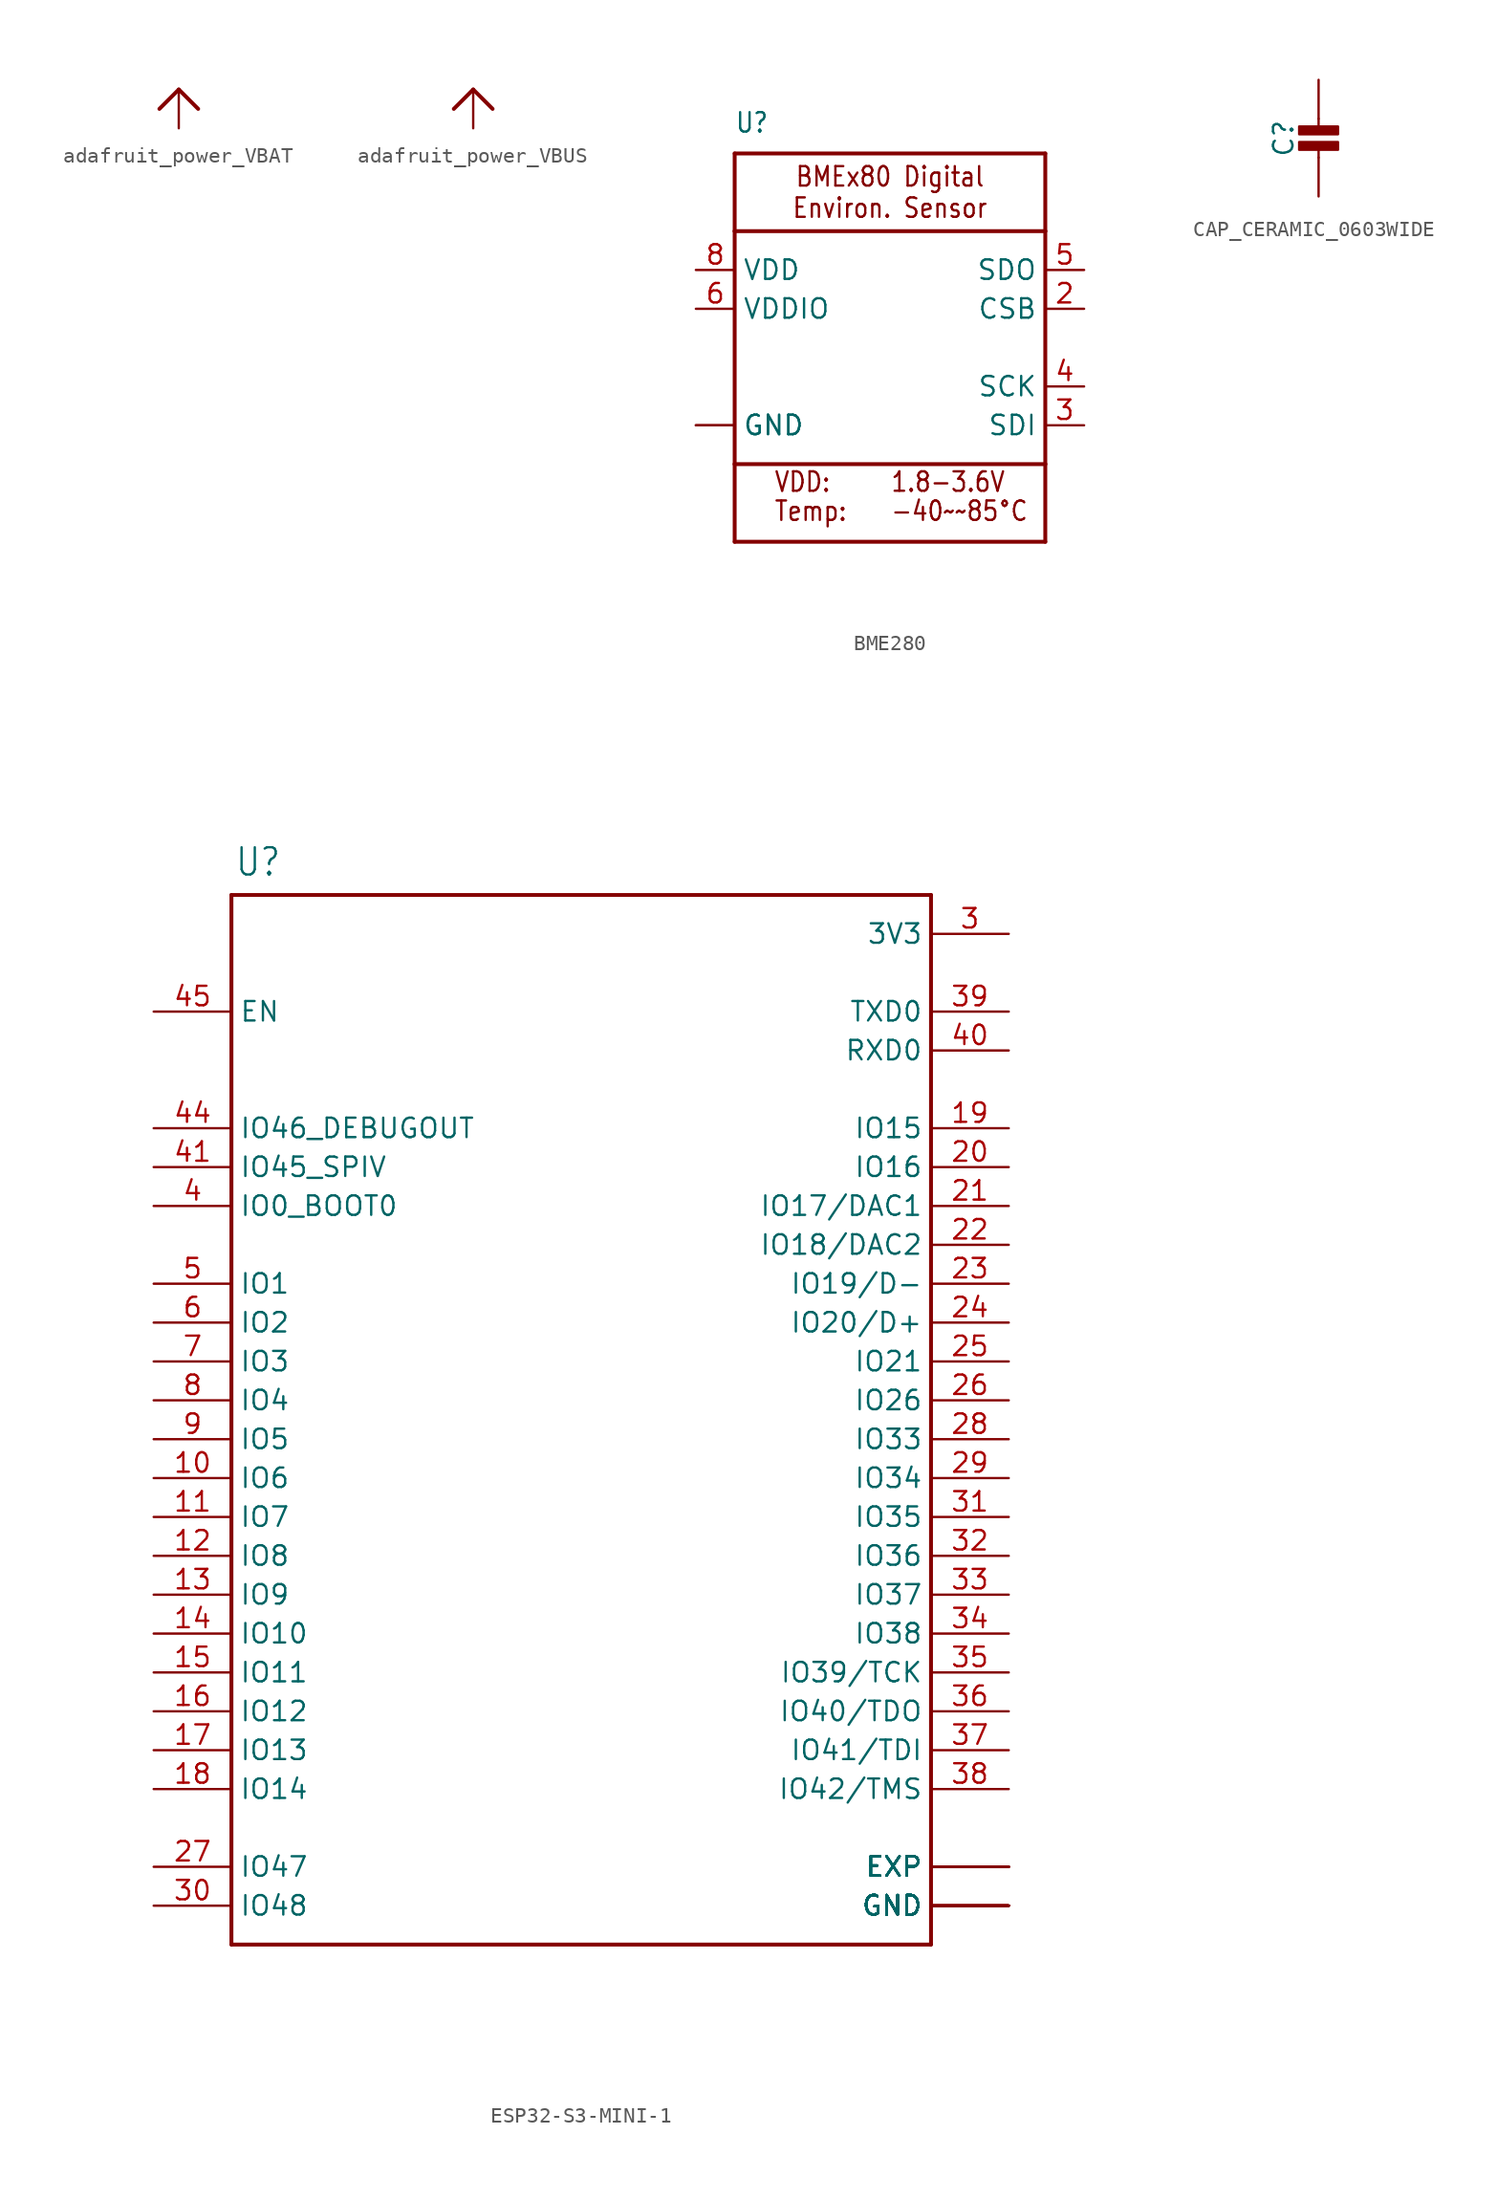
<source format=kicad_sym>
(kicad_symbol_lib
  (version 20231120)
  (generator "kicad_symbol_editor")
  (generator_version "8.0")
  (symbol "adafruit_power_VBAT"
    (power)
    (property "Reference" ""
      (at 0 0 0)
      (effects (font (size 1.27 1.27)) (hide yes)))
    (property "Value" ""
      (at -1.524 1.016 0)
      (effects (font (size 1.27 1.079)) (justify left bottom)))
    (property "ki_locked" ""
      (at 0 0 0)
      (effects (font (size 1.27 1.27))))
    (symbol "adafruit_power_VBAT_1_0"
      (polyline (pts (xy -1.27 -1.27) (xy 0 0)) (stroke (width 0.254) (type solid)) (fill (type none)))
      (polyline (pts (xy 0 0) (xy 1.27 -1.27)) (stroke (width 0.254) (type solid)) (fill (type none)))
      (pin power_in line (at 0 -2.54 90) (length 2.54) (name "VBAT" (effects (font (size 0 0)))) (number "1" (effects (font (size 0 0)))))))
  (symbol "adafruit_power_VBUS"
    (power)
    (property "Reference" ""
      (at 0 0 0)
      (effects (font (size 1.27 1.27)) (hide yes)))
    (property "Value" ""
      (at -1.524 1.016 0)
      (effects (font (size 1.27 1.079)) (justify left bottom)))
    (property "ki_locked" ""
      (at 0 0 0)
      (effects (font (size 1.27 1.27))))
    (symbol "adafruit_power_VBUS_1_0"
      (polyline (pts (xy -1.27 -1.27) (xy 0 0)) (stroke (width 0.254) (type solid)) (fill (type none)))
      (polyline (pts (xy 0 0) (xy 1.27 -1.27)) (stroke (width 0.254) (type solid)) (fill (type none)))
      (pin power_in line (at 0 -2.54 90) (length 2.54) (name "VBUS" (effects (font (size 0 0)))) (number "1" (effects (font (size 0 0)))))))
  (symbol "BME280"
    (property "Reference" "U"
      (at -10.16 13.97 0)
      (effects (font (size 1.27 1.079)) (justify left bottom)))
    (property "Value" ""
      (at -10.16 -15.24 0)
      (effects (font (size 1.27 1.079)) (justify left bottom)))
    (property "ki_locked" ""
      (at 0 0 0)
      (effects (font (size 1.27 1.27))))
    (symbol "BME280_1_0"
      (polyline (pts (xy -10.16 -7.62) (xy -10.16 -12.7)) (stroke (width 0.254) (type solid)) (fill (type none)))
      (polyline (pts (xy -10.16 -7.62) (xy -10.16 7.62)) (stroke (width 0.254) (type solid)) (fill (type none)))
      (polyline (pts (xy -10.16 7.62) (xy 10.16 7.62)) (stroke (width 0.254) (type solid)) (fill (type none)))
      (polyline (pts (xy -10.16 12.7) (xy -10.16 7.62)) (stroke (width 0.254) (type solid)) (fill (type none)))
      (polyline (pts (xy -10.16 12.7) (xy 10.16 12.7)) (stroke (width 0.254) (type solid)) (fill (type none)))
      (polyline (pts (xy 10.16 -12.7) (xy -10.16 -12.7)) (stroke (width 0.254) (type solid)) (fill (type none)))
      (polyline (pts (xy 10.16 -7.62) (xy -10.16 -7.62)) (stroke (width 0.254) (type solid)) (fill (type none)))
      (polyline (pts (xy 10.16 -7.62) (xy 10.16 -12.7)) (stroke (width 0.254) (type solid)) (fill (type none)))
      (polyline (pts (xy 10.16 7.62) (xy 10.16 -7.62)) (stroke (width 0.254) (type solid)) (fill (type none)))
      (polyline (pts (xy 10.16 12.7) (xy 10.16 7.62)) (stroke (width 0.254) (type solid)) (fill (type none)))
      (text "-40~~85°C" (at 0 -11.43 0) (effects (font (size 1.27 1.079)) (justify left bottom)))
      (text "1.8-3.6V" (at 0 -9.525 0) (effects (font (size 1.27 1.079)) (justify left bottom)))
      (text "BMEx80 Digital\nEnviron. Sensor" (at 0 10.16 0) (effects (font (size 1.27 1.079))))
      (text "Temp:" (at -7.62 -11.43 0) (effects (font (size 1.27 1.079)) (justify left bottom)))
      (text "VDD:" (at -7.62 -9.525 0) (effects (font (size 1.27 1.079)) (justify left bottom)))
      (pin power_in line (at -12.7 -5.08 0) (length 2.54) (name "GND" (effects (font (size 1.27 1.27)))) (number "1" (effects (font (size 0 0)))))
      (pin input line (at 12.7 2.54 180) (length 2.54) (name "CSB" (effects (font (size 1.27 1.27)))) (number "2" (effects (font (size 1.27 1.27)))))
      (pin input line (at 12.7 -5.08 180) (length 2.54) (name "SDI" (effects (font (size 1.27 1.27)))) (number "3" (effects (font (size 1.27 1.27)))))
      (pin input line (at 12.7 -2.54 180) (length 2.54) (name "SCK" (effects (font (size 1.27 1.27)))) (number "4" (effects (font (size 1.27 1.27)))))
      (pin output line (at 12.7 5.08 180) (length 2.54) (name "SDO" (effects (font (size 1.27 1.27)))) (number "5" (effects (font (size 1.27 1.27)))))
      (pin power_in line (at -12.7 2.54 0) (length 2.54) (name "VDDIO" (effects (font (size 1.27 1.27)))) (number "6" (effects (font (size 1.27 1.27)))))
      (pin power_in line (at -12.7 -5.08 0) (length 2.54) (name "GND" (effects (font (size 1.27 1.27)))) (number "7" (effects (font (size 0 0)))))
      (pin power_in line (at -12.7 5.08 0) (length 2.54) (name "VDD" (effects (font (size 1.27 1.27)))) (number "8" (effects (font (size 1.27 1.27)))))))
  (symbol "CAP_CERAMIC_0603WIDE"
    (property "Reference" "C"
      (at -2.29 1.25 90)
      (effects (font (size 1.27 1.27))))
    (property "Value" ""
      (at 2.3 1.25 90)
      (effects (font (size 1.27 1.27))))
    (property "ki_locked" ""
      (at 0 0 0)
      (effects (font (size 1.27 1.27))))
    (symbol "CAP_CERAMIC_0603WIDE_1_0"
      (rectangle (start -1.27 0.508) (end 1.27 1.016) (stroke (width 0) (type default)) (fill (type outline)))
      (rectangle (start -1.27 1.524) (end 1.27 2.032) (stroke (width 0) (type default)) (fill (type outline)))
      (polyline (pts (xy 0 0.762) (xy 0 0)) (stroke (width 0.152) (type solid)) (fill (type none)))
      (polyline (pts (xy 0 2.54) (xy 0 1.778)) (stroke (width 0.152) (type solid)) (fill (type none)))
      (pin passive line (at 0 5.08 270) (length 2.54) (name "1" (effects (font (size 0 0)))) (number "1" (effects (font (size 0 0)))))
      (pin passive line (at 0 -2.54 90) (length 2.54) (name "2" (effects (font (size 0 0)))) (number "2" (effects (font (size 0 0)))))))
  (symbol "ESP32-S3-MINI-1"
    (property "Reference" "U"
      (at -22.656 34.135 0)
      (effects (font (size 1.778 1.511)) (justify left bottom)))
    (property "Value" ""
      (at -22.907 -38.208 0)
      (effects (font (size 1.778 1.511)) (justify left bottom)))
    (property "ki_locked" ""
      (at 0 0 0)
      (effects (font (size 1.27 1.27))))
    (symbol "ESP32-S3-MINI-1_1_0"
      (polyline (pts (xy -22.86 -35.56) (xy -22.86 33.02)) (stroke (width 0.254) (type solid)) (fill (type none)))
      (polyline (pts (xy -22.86 33.02) (xy 22.86 33.02)) (stroke (width 0.254) (type solid)) (fill (type none)))
      (polyline (pts (xy 22.86 -35.56) (xy -22.86 -35.56)) (stroke (width 0.254) (type solid)) (fill (type none)))
      (polyline (pts (xy 22.86 33.02) (xy 22.86 -35.56)) (stroke (width 0.254) (type solid)) (fill (type none)))
      (pin power_in line (at 27.94 -33.02 180) (length 5.08) (name "GND" (effects (font (size 1.27 1.27)))) (number "1" (effects (font (size 0 0)))))
      (pin bidirectional line (at -27.94 -5.08 0) (length 5.08) (name "IO6" (effects (font (size 1.27 1.27)))) (number "10" (effects (font (size 1.27 1.27)))))
      (pin bidirectional line (at -27.94 -7.62 0) (length 5.08) (name "IO7" (effects (font (size 1.27 1.27)))) (number "11" (effects (font (size 1.27 1.27)))))
      (pin bidirectional line (at -27.94 -10.16 0) (length 5.08) (name "IO8" (effects (font (size 1.27 1.27)))) (number "12" (effects (font (size 1.27 1.27)))))
      (pin bidirectional line (at -27.94 -12.7 0) (length 5.08) (name "IO9" (effects (font (size 1.27 1.27)))) (number "13" (effects (font (size 1.27 1.27)))))
      (pin bidirectional line (at -27.94 -15.24 0) (length 5.08) (name "IO10" (effects (font (size 1.27 1.27)))) (number "14" (effects (font (size 1.27 1.27)))))
      (pin bidirectional line (at -27.94 -17.78 0) (length 5.08) (name "IO11" (effects (font (size 1.27 1.27)))) (number "15" (effects (font (size 1.27 1.27)))))
      (pin bidirectional line (at -27.94 -20.32 0) (length 5.08) (name "IO12" (effects (font (size 1.27 1.27)))) (number "16" (effects (font (size 1.27 1.27)))))
      (pin bidirectional line (at -27.94 -22.86 0) (length 5.08) (name "IO13" (effects (font (size 1.27 1.27)))) (number "17" (effects (font (size 1.27 1.27)))))
      (pin bidirectional line (at -27.94 -25.4 0) (length 5.08) (name "IO14" (effects (font (size 1.27 1.27)))) (number "18" (effects (font (size 1.27 1.27)))))
      (pin bidirectional line (at 27.94 17.78 180) (length 5.08) (name "IO15" (effects (font (size 1.27 1.27)))) (number "19" (effects (font (size 1.27 1.27)))))
      (pin power_in line (at 27.94 -33.02 180) (length 5.08) (name "GND" (effects (font (size 1.27 1.27)))) (number "2" (effects (font (size 0 0)))))
      (pin bidirectional line (at 27.94 15.24 180) (length 5.08) (name "IO16" (effects (font (size 1.27 1.27)))) (number "20" (effects (font (size 1.27 1.27)))))
      (pin bidirectional line (at 27.94 12.7 180) (length 5.08) (name "IO17/DAC1" (effects (font (size 1.27 1.27)))) (number "21" (effects (font (size 1.27 1.27)))))
      (pin bidirectional line (at 27.94 10.16 180) (length 5.08) (name "IO18/DAC2" (effects (font (size 1.27 1.27)))) (number "22" (effects (font (size 1.27 1.27)))))
      (pin bidirectional line (at 27.94 7.62 180) (length 5.08) (name "IO19/D-" (effects (font (size 1.27 1.27)))) (number "23" (effects (font (size 1.27 1.27)))))
      (pin bidirectional line (at 27.94 5.08 180) (length 5.08) (name "IO20/D+" (effects (font (size 1.27 1.27)))) (number "24" (effects (font (size 1.27 1.27)))))
      (pin bidirectional line (at 27.94 2.54 180) (length 5.08) (name "IO21" (effects (font (size 1.27 1.27)))) (number "25" (effects (font (size 1.27 1.27)))))
      (pin bidirectional line (at 27.94 0 180) (length 5.08) (name "IO26" (effects (font (size 1.27 1.27)))) (number "26" (effects (font (size 1.27 1.27)))))
      (pin bidirectional line (at -27.94 -30.48 0) (length 5.08) (name "IO47" (effects (font (size 1.27 1.27)))) (number "27" (effects (font (size 1.27 1.27)))))
      (pin bidirectional line (at 27.94 -2.54 180) (length 5.08) (name "IO33" (effects (font (size 1.27 1.27)))) (number "28" (effects (font (size 1.27 1.27)))))
      (pin input line (at 27.94 -5.08 180) (length 5.08) (name "IO34" (effects (font (size 1.27 1.27)))) (number "29" (effects (font (size 1.27 1.27)))))
      (pin power_in line (at 27.94 30.48 180) (length 5.08) (name "3V3" (effects (font (size 1.27 1.27)))) (number "3" (effects (font (size 1.27 1.27)))))
      (pin bidirectional line (at -27.94 -33.02 0) (length 5.08) (name "IO48" (effects (font (size 1.27 1.27)))) (number "30" (effects (font (size 1.27 1.27)))))
      (pin input line (at 27.94 -7.62 180) (length 5.08) (name "IO35" (effects (font (size 1.27 1.27)))) (number "31" (effects (font (size 1.27 1.27)))))
      (pin bidirectional line (at 27.94 -10.16 180) (length 5.08) (name "IO36" (effects (font (size 1.27 1.27)))) (number "32" (effects (font (size 1.27 1.27)))))
      (pin bidirectional line (at 27.94 -12.7 180) (length 5.08) (name "IO37" (effects (font (size 1.27 1.27)))) (number "33" (effects (font (size 1.27 1.27)))))
      (pin bidirectional line (at 27.94 -15.24 180) (length 5.08) (name "IO38" (effects (font (size 1.27 1.27)))) (number "34" (effects (font (size 1.27 1.27)))))
      (pin bidirectional line (at 27.94 -17.78 180) (length 5.08) (name "IO39/TCK" (effects (font (size 1.27 1.27)))) (number "35" (effects (font (size 1.27 1.27)))))
      (pin bidirectional line (at 27.94 -20.32 180) (length 5.08) (name "IO40/TDO" (effects (font (size 1.27 1.27)))) (number "36" (effects (font (size 1.27 1.27)))))
      (pin bidirectional line (at 27.94 -22.86 180) (length 5.08) (name "IO41/TDI" (effects (font (size 1.27 1.27)))) (number "37" (effects (font (size 1.27 1.27)))))
      (pin bidirectional line (at 27.94 -25.4 180) (length 5.08) (name "IO42/TMS" (effects (font (size 1.27 1.27)))) (number "38" (effects (font (size 1.27 1.27)))))
      (pin bidirectional line (at 27.94 25.4 180) (length 5.08) (name "TXD0" (effects (font (size 1.27 1.27)))) (number "39" (effects (font (size 1.27 1.27)))))
      (pin bidirectional line (at -27.94 12.7 0) (length 5.08) (name "IO0_BOOT0" (effects (font (size 1.27 1.27)))) (number "4" (effects (font (size 1.27 1.27)))))
      (pin bidirectional line (at 27.94 22.86 180) (length 5.08) (name "RXD0" (effects (font (size 1.27 1.27)))) (number "40" (effects (font (size 1.27 1.27)))))
      (pin bidirectional line (at -27.94 15.24 0) (length 5.08) (name "IO45_SPIV" (effects (font (size 1.27 1.27)))) (number "41" (effects (font (size 1.27 1.27)))))
      (pin power_in line (at 27.94 -33.02 180) (length 5.08) (name "GND" (effects (font (size 1.27 1.27)))) (number "42" (effects (font (size 0 0)))))
      (pin power_in line (at 27.94 -33.02 180) (length 5.08) (name "GND" (effects (font (size 1.27 1.27)))) (number "43" (effects (font (size 0 0)))))
      (pin input line (at -27.94 17.78 0) (length 5.08) (name "IO46_DEBUGOUT" (effects (font (size 1.27 1.27)))) (number "44" (effects (font (size 1.27 1.27)))))
      (pin input line (at -27.94 25.4 0) (length 5.08) (name "EN" (effects (font (size 1.27 1.27)))) (number "45" (effects (font (size 1.27 1.27)))))
      (pin power_in line (at 27.94 -33.02 180) (length 5.08) (name "GND" (effects (font (size 1.27 1.27)))) (number "46" (effects (font (size 0 0)))))
      (pin power_in line (at 27.94 -33.02 180) (length 5.08) (name "GND" (effects (font (size 1.27 1.27)))) (number "47" (effects (font (size 0 0)))))
      (pin power_in line (at 27.94 -33.02 180) (length 5.08) (name "GND" (effects (font (size 1.27 1.27)))) (number "48" (effects (font (size 0 0)))))
      (pin power_in line (at 27.94 -33.02 180) (length 5.08) (name "GND" (effects (font (size 1.27 1.27)))) (number "49" (effects (font (size 0 0)))))
      (pin bidirectional line (at -27.94 7.62 0) (length 5.08) (name "IO1" (effects (font (size 1.27 1.27)))) (number "5" (effects (font (size 1.27 1.27)))))
      (pin power_in line (at 27.94 -33.02 180) (length 5.08) (name "GND" (effects (font (size 1.27 1.27)))) (number "50" (effects (font (size 0 0)))))
      (pin power_in line (at 27.94 -33.02 180) (length 5.08) (name "GND" (effects (font (size 1.27 1.27)))) (number "51" (effects (font (size 0 0)))))
      (pin power_in line (at 27.94 -33.02 180) (length 5.08) (name "GND" (effects (font (size 1.27 1.27)))) (number "52" (effects (font (size 0 0)))))
      (pin power_in line (at 27.94 -33.02 180) (length 5.08) (name "GND" (effects (font (size 1.27 1.27)))) (number "53" (effects (font (size 0 0)))))
      (pin power_in line (at 27.94 -33.02 180) (length 5.08) (name "GND" (effects (font (size 1.27 1.27)))) (number "54" (effects (font (size 0 0)))))
      (pin power_in line (at 27.94 -33.02 180) (length 5.08) (name "GND" (effects (font (size 1.27 1.27)))) (number "55" (effects (font (size 0 0)))))
      (pin power_in line (at 27.94 -33.02 180) (length 5.08) (name "GND" (effects (font (size 1.27 1.27)))) (number "56" (effects (font (size 0 0)))))
      (pin power_in line (at 27.94 -33.02 180) (length 5.08) (name "GND" (effects (font (size 1.27 1.27)))) (number "57" (effects (font (size 0 0)))))
      (pin power_in line (at 27.94 -33.02 180) (length 5.08) (name "GND" (effects (font (size 1.27 1.27)))) (number "58" (effects (font (size 0 0)))))
      (pin power_in line (at 27.94 -33.02 180) (length 5.08) (name "GND" (effects (font (size 1.27 1.27)))) (number "59" (effects (font (size 0 0)))))
      (pin bidirectional line (at -27.94 5.08 0) (length 5.08) (name "IO2" (effects (font (size 1.27 1.27)))) (number "6" (effects (font (size 1.27 1.27)))))
      (pin power_in line (at 27.94 -33.02 180) (length 5.08) (name "GND" (effects (font (size 1.27 1.27)))) (number "60" (effects (font (size 0 0)))))
      (pin power_in line (at 27.94 -30.48 180) (length 5.08) (name "EXP" (effects (font (size 1.27 1.27)))) (number "61" (effects (font (size 0 0)))))
      (pin power_in line (at 27.94 -33.02 180) (length 5.08) (name "GND" (effects (font (size 1.27 1.27)))) (number "62" (effects (font (size 0 0)))))
      (pin power_in line (at 27.94 -33.02 180) (length 5.08) (name "GND" (effects (font (size 1.27 1.27)))) (number "63" (effects (font (size 0 0)))))
      (pin power_in line (at 27.94 -33.02 180) (length 5.08) (name "GND" (effects (font (size 1.27 1.27)))) (number "64" (effects (font (size 0 0)))))
      (pin power_in line (at 27.94 -33.02 180) (length 5.08) (name "GND" (effects (font (size 1.27 1.27)))) (number "65" (effects (font (size 0 0)))))
      (pin power_in line (at 27.94 -30.48 180) (length 5.08) (name "EXP" (effects (font (size 1.27 1.27)))) (number "66" (effects (font (size 0 0)))))
      (pin power_in line (at 27.94 -30.48 180) (length 5.08) (name "EXP" (effects (font (size 1.27 1.27)))) (number "67" (effects (font (size 0 0)))))
      (pin power_in line (at 27.94 -30.48 180) (length 5.08) (name "EXP" (effects (font (size 1.27 1.27)))) (number "68" (effects (font (size 0 0)))))
      (pin power_in line (at 27.94 -30.48 180) (length 5.08) (name "EXP" (effects (font (size 1.27 1.27)))) (number "69" (effects (font (size 0 0)))))
      (pin bidirectional line (at -27.94 2.54 0) (length 5.08) (name "IO3" (effects (font (size 1.27 1.27)))) (number "7" (effects (font (size 1.27 1.27)))))
      (pin power_in line (at 27.94 -30.48 180) (length 5.08) (name "EXP" (effects (font (size 1.27 1.27)))) (number "70" (effects (font (size 0 0)))))
      (pin power_in line (at 27.94 -30.48 180) (length 5.08) (name "EXP" (effects (font (size 1.27 1.27)))) (number "71" (effects (font (size 0 0)))))
      (pin power_in line (at 27.94 -30.48 180) (length 5.08) (name "EXP" (effects (font (size 1.27 1.27)))) (number "72" (effects (font (size 0 0)))))
      (pin power_in line (at 27.94 -30.48 180) (length 5.08) (name "EXP" (effects (font (size 1.27 1.27)))) (number "73" (effects (font (size 0 0)))))
      (pin bidirectional line (at -27.94 0 0) (length 5.08) (name "IO4" (effects (font (size 1.27 1.27)))) (number "8" (effects (font (size 1.27 1.27)))))
      (pin bidirectional line (at -27.94 -2.54 0) (length 5.08) (name "IO5" (effects (font (size 1.27 1.27)))) (number "9" (effects (font (size 1.27 1.27))))))))
</source>
